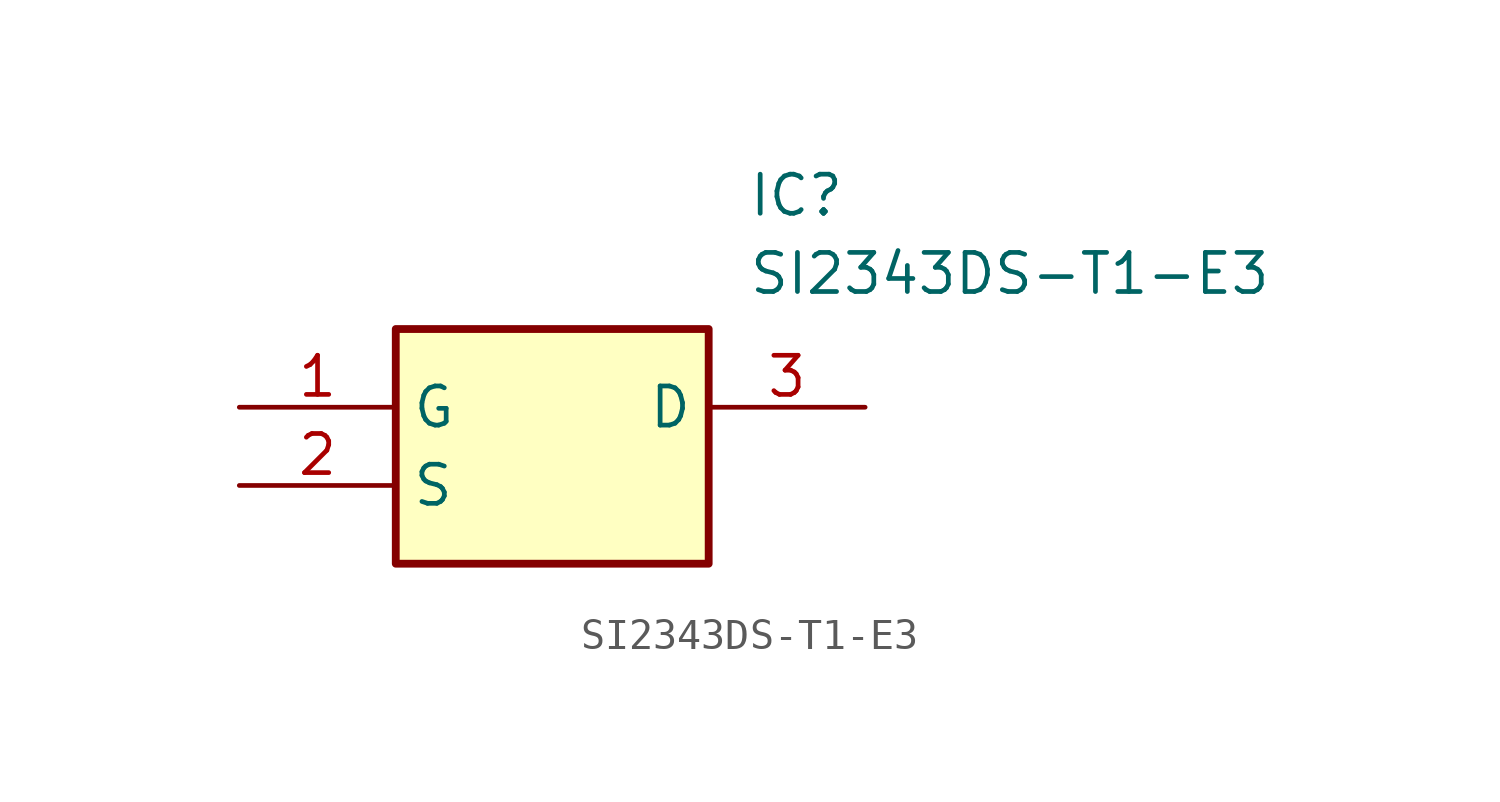
<source format=kicad_sym>
(kicad_symbol_lib
  (version 20211014)
  (generator SamacSys_ECAD_Model)
  (symbol "SI2343DS-T1-E3"
    (property "Reference" "IC"
      (at 16.51 7.62 0)
      (effects (font (size 1.27 1.27)) (justify left top)))
    (property "Value" "SI2343DS-T1-E3"
      (at 16.51 5.08 0)
      (effects (font (size 1.27 1.27)) (justify left top)))
    (rectangle
      (start 5.08 2.54)
      (end 15.24 -5.08)
      (stroke (width 0.254) (type default))
      (fill (type background)))
    (pin passive line
      (at 0 0 0)
      (length 5.08)
      (name "G" (effects (font (size 1.27 1.27))))
      (number "1" (effects (font (size 1.27 1.27)))))
    (pin passive line
      (at 0 -2.54 0)
      (length 5.08)
      (name "S" (effects (font (size 1.27 1.27))))
      (number "2" (effects (font (size 1.27 1.27)))))
    (pin passive line
      (at 20.32 0 180)
      (length 5.08)
      (name "D" (effects (font (size 1.27 1.27))))
      (number "3" (effects (font (size 1.27 1.27)))))))
</source>
